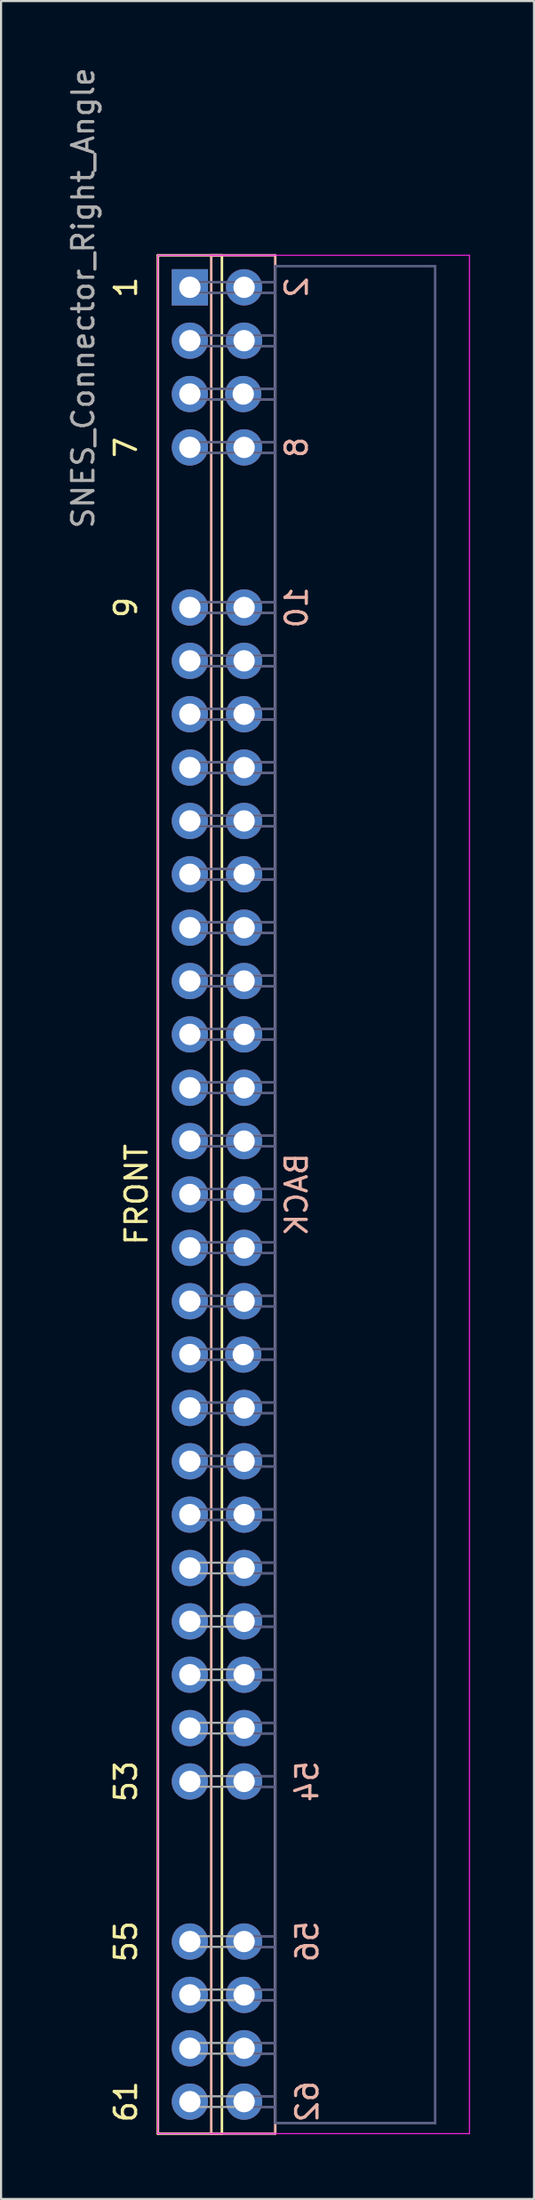
<source format=kicad_pcb>
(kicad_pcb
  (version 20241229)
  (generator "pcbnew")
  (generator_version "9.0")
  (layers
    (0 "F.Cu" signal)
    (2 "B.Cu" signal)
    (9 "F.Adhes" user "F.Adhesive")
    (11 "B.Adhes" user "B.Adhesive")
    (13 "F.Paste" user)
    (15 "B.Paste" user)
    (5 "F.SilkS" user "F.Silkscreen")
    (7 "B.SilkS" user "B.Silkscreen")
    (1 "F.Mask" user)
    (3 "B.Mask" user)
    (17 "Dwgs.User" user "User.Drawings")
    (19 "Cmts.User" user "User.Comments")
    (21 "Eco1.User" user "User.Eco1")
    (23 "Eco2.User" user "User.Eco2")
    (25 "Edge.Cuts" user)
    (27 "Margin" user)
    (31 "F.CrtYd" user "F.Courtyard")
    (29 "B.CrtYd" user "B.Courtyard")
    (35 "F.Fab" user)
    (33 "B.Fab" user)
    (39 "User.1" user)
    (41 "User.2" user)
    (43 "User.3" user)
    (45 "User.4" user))
  (footprint "SNES_Connector_Right_Angle"
    (layer "F.Cu")
    (at 5.848 15.411)
    (property "Reference" "SNES_Connector_Right_Angle" (at -5 -4.5 270) (layer "F.Fab") (effects (font (size 1 1) (thickness 0.15))))
    (attr through_hole)
    (fp_line (start -1.5 -6.5) (end 1.5 -6.5) (stroke (width 0.12) (type solid)) (layer "F.SilkS"))
    (fp_line (start -1.5 81.5) (end -1.5 -6.5) (stroke (width 0.12) (type solid)) (layer "F.SilkS"))
    (fp_line (start 1.5 -6.5) (end 1.5 81.5) (stroke (width 0.12) (type solid)) (layer "F.SilkS"))
    (fp_line (start 1.5 81.5) (end -1.5 81.5) (stroke (width 0.12) (type solid)) (layer "F.SilkS"))
    (fp_line (start 1 -6.5) (end 4 -6.5) (stroke (width 0.12) (type solid)) (layer "B.SilkS"))
    (fp_line (start 1 81.5) (end 1 -6.5) (stroke (width 0.12) (type solid)) (layer "B.SilkS"))
    (fp_line (start 4 -6.5) (end 4 81.5) (stroke (width 0.12) (type solid)) (layer "B.SilkS"))
    (fp_line (start 4 81.5) (end 1 81.5) (stroke (width 0.12) (type solid)) (layer "B.SilkS"))
    (fp_line (start -1.5 -6.5) (end -1.5 81.5) (stroke (width 0.05) (type solid)) (layer "F.CrtYd"))
    (fp_line (start -1.5 81.5) (end 13.1 81.5) (stroke (width 0.05) (type solid)) (layer "F.CrtYd"))
    (fp_line (start 13.1 -6.5) (end -1.5 -6.5) (stroke (width 0.05) (type solid)) (layer "F.CrtYd"))
    (fp_line (start 13.1 81.5) (end 13.1 -6.5) (stroke (width 0.05) (type solid)) (layer "F.CrtYd"))
    (fp_line (start -0.36 -5.25) (end 4 -5.25) (stroke (width 0.1) (type solid)) (layer "B.Fab"))
    (fp_line (start -0.36 -4.75) (end 4 -4.75) (stroke (width 0.1) (type solid)) (layer "B.Fab"))
    (fp_line (start -0.36 -2.75) (end 4 -2.75) (stroke (width 0.1) (type solid)) (layer "B.Fab"))
    (fp_line (start -0.36 -2.25) (end 4 -2.25) (stroke (width 0.1) (type solid)) (layer "B.Fab"))
    (fp_line (start -0.36 -0.25) (end 4 -0.25) (stroke (width 0.1) (type solid)) (layer "B.Fab"))
    (fp_line (start -0.36 0.25) (end 4 0.25) (stroke (width 0.1) (type solid)) (layer "B.Fab"))
    (fp_line (start -0.36 2.25) (end 4 2.25) (stroke (width 0.1) (type solid)) (layer "B.Fab"))
    (fp_line (start -0.36 2.75) (end 4 2.75) (stroke (width 0.1) (type solid)) (layer "B.Fab"))
    (fp_line (start -0.36 9.75) (end 4 9.75) (stroke (width 0.1) (type solid)) (layer "B.Fab"))
    (fp_line (start -0.36 10.25) (end 4 10.25) (stroke (width 0.1) (type solid)) (layer "B.Fab"))
    (fp_line (start -0.36 12.25) (end 4 12.25) (stroke (width 0.1) (type solid)) (layer "B.Fab"))
    (fp_line (start -0.36 12.75) (end 4 12.75) (stroke (width 0.1) (type solid)) (layer "B.Fab"))
    (fp_line (start -0.36 14.75) (end 4 14.75) (stroke (width 0.1) (type solid)) (layer "B.Fab"))
    (fp_line (start -0.36 15.25) (end 4 15.25) (stroke (width 0.1) (type solid)) (layer "B.Fab"))
    (fp_line (start -0.36 17.25) (end 4 17.25) (stroke (width 0.1) (type solid)) (layer "B.Fab"))
    (fp_line (start -0.36 17.75) (end 4 17.75) (stroke (width 0.1) (type solid)) (layer "B.Fab"))
    (fp_line (start -0.36 19.75) (end 4 19.75) (stroke (width 0.1) (type solid)) (layer "B.Fab"))
    (fp_line (start -0.36 20.25) (end 4 20.25) (stroke (width 0.1) (type solid)) (layer "B.Fab"))
    (fp_line (start -0.36 22.25) (end 4 22.25) (stroke (width 0.1) (type solid)) (layer "B.Fab"))
    (fp_line (start -0.36 22.75) (end 4 22.75) (stroke (width 0.1) (type solid)) (layer "B.Fab"))
    (fp_line (start -0.36 24.75) (end 4 24.75) (stroke (width 0.1) (type solid)) (layer "B.Fab"))
    (fp_line (start -0.36 25.25) (end 4 25.25) (stroke (width 0.1) (type solid)) (layer "B.Fab"))
    (fp_line (start -0.36 27.25) (end 4 27.25) (stroke (width 0.1) (type solid)) (layer "B.Fab"))
    (fp_line (start -0.36 27.75) (end 4 27.75) (stroke (width 0.1) (type solid)) (layer "B.Fab"))
    (fp_line (start -0.36 29.75) (end 4 29.75) (stroke (width 0.1) (type solid)) (layer "B.Fab"))
    (fp_line (start -0.36 30.25) (end 4 30.25) (stroke (width 0.1) (type solid)) (layer "B.Fab"))
    (fp_line (start -0.36 32.25) (end 4 32.25) (stroke (width 0.1) (type solid)) (layer "B.Fab"))
    (fp_line (start -0.36 32.75) (end 4 32.75) (stroke (width 0.1) (type solid)) (layer "B.Fab"))
    (fp_line (start -0.36 34.75) (end 4 34.75) (stroke (width 0.1) (type solid)) (layer "B.Fab"))
    (fp_line (start -0.36 35.25) (end 4 35.25) (stroke (width 0.1) (type solid)) (layer "B.Fab"))
    (fp_line (start -0.36 37.25) (end 4 37.25) (stroke (width 0.1) (type solid)) (layer "B.Fab"))
    (fp_line (start -0.36 37.75) (end 4 37.75) (stroke (width 0.1) (type solid)) (layer "B.Fab"))
    (fp_line (start -0.36 39.75) (end 4 39.75) (stroke (width 0.1) (type solid)) (layer "B.Fab"))
    (fp_line (start -0.36 40.25) (end 4 40.25) (stroke (width 0.1) (type solid)) (layer "B.Fab"))
    (fp_line (start -0.36 42.25) (end 4 42.25) (stroke (width 0.1) (type solid)) (layer "B.Fab"))
    (fp_line (start -0.36 42.75) (end 4 42.75) (stroke (width 0.1) (type solid)) (layer "B.Fab"))
    (fp_line (start -0.36 44.75) (end 4 44.75) (stroke (width 0.1) (type solid)) (layer "B.Fab"))
    (fp_line (start -0.36 45.25) (end 4 45.25) (stroke (width 0.1) (type solid)) (layer "B.Fab"))
    (fp_line (start -0.36 47.25) (end 4 47.25) (stroke (width 0.1) (type solid)) (layer "B.Fab"))
    (fp_line (start -0.36 47.75) (end 4 47.75) (stroke (width 0.1) (type solid)) (layer "B.Fab"))
    (fp_line (start -0.36 49.75) (end 4 49.75) (stroke (width 0.1) (type solid)) (layer "B.Fab"))
    (fp_line (start -0.36 50.25) (end 4 50.25) (stroke (width 0.1) (type solid)) (layer "B.Fab"))
    (fp_line (start -0.36 52.25) (end 4 52.25) (stroke (width 0.1) (type solid)) (layer "B.Fab"))
    (fp_line (start -0.36 52.75) (end 4 52.75) (stroke (width 0.1) (type solid)) (layer "B.Fab"))
    (fp_line (start 2.14 -4.75) (end 2.14 -5.25) (stroke (width 0.1) (type solid)) (layer "B.Fab"))
    (fp_line (start 2.14 -2.25) (end 2.14 -2.75) (stroke (width 0.1) (type solid)) (layer "B.Fab"))
    (fp_line (start 2.14 0.25) (end 2.14 -0.25) (stroke (width 0.1) (type solid)) (layer "B.Fab"))
    (fp_line (start 2.14 2.75) (end 2.14 2.25) (stroke (width 0.1) (type solid)) (layer "B.Fab"))
    (fp_line (start 2.14 10.25) (end 2.14 9.75) (stroke (width 0.1) (type solid)) (layer "B.Fab"))
    (fp_line (start 2.14 12.75) (end 2.14 12.25) (stroke (width 0.1) (type solid)) (layer "B.Fab"))
    (fp_line (start 2.14 15.25) (end 2.14 14.75) (stroke (width 0.1) (type solid)) (layer "B.Fab"))
    (fp_line (start 2.14 17.75) (end 2.14 17.25) (stroke (width 0.1) (type solid)) (layer "B.Fab"))
    (fp_line (start 2.14 20.25) (end 2.14 19.75) (stroke (width 0.1) (type solid)) (layer "B.Fab"))
    (fp_line (start 2.14 22.75) (end 2.14 22.25) (stroke (width 0.1) (type solid)) (layer "B.Fab"))
    (fp_line (start 2.14 25.25) (end 2.14 24.75) (stroke (width 0.1) (type solid)) (layer "B.Fab"))
    (fp_line (start 2.14 27.75) (end 2.14 27.25) (stroke (width 0.1) (type solid)) (layer "B.Fab"))
    (fp_line (start 2.14 30.25) (end 2.14 29.75) (stroke (width 0.1) (type solid)) (layer "B.Fab"))
    (fp_line (start 2.14 32.75) (end 2.14 32.25) (stroke (width 0.1) (type solid)) (layer "B.Fab"))
    (fp_line (start 2.14 35.25) (end 2.14 34.75) (stroke (width 0.1) (type solid)) (layer "B.Fab"))
    (fp_line (start 2.14 37.75) (end 2.14 37.25) (stroke (width 0.1) (type solid)) (layer "B.Fab"))
    (fp_line (start 2.14 40.25) (end 2.14 39.75) (stroke (width 0.1) (type solid)) (layer "B.Fab"))
    (fp_line (start 2.14 42.75) (end 2.14 42.25) (stroke (width 0.1) (type solid)) (layer "B.Fab"))
    (fp_line (start 2.14 45.25) (end 2.14 44.75) (stroke (width 0.1) (type solid)) (layer "B.Fab"))
    (fp_line (start 2.14 47.75) (end 2.14 47.25) (stroke (width 0.1) (type solid)) (layer "B.Fab"))
    (fp_line (start 2.14 50.25) (end 2.14 49.75) (stroke (width 0.1) (type solid)) (layer "B.Fab"))
    (fp_line (start 2.14 52.75) (end 2.14 52.25) (stroke (width 0.1) (type solid)) (layer "B.Fab"))
    (fp_line (start 2.14 54.75) (end 4 54.75) (stroke (width 0.1) (type solid)) (layer "B.Fab"))
    (fp_line (start 2.14 55.25) (end 2.14 54.75) (stroke (width 0.1) (type solid)) (layer "B.Fab"))
    (fp_line (start 2.14 55.25) (end 4 55.25) (stroke (width 0.1) (type solid)) (layer "B.Fab"))
    (fp_line (start 2.14 57.25) (end 4 57.25) (stroke (width 0.1) (type solid)) (layer "B.Fab"))
    (fp_line (start 2.14 57.75) (end 2.14 57.25) (stroke (width 0.1) (type solid)) (layer "B.Fab"))
    (fp_line (start 2.14 57.75) (end 4 57.75) (stroke (width 0.1) (type solid)) (layer "B.Fab"))
    (fp_line (start 2.14 59.75) (end 4 59.75) (stroke (width 0.1) (type solid)) (layer "B.Fab"))
    (fp_line (start 2.14 60.25) (end 2.14 59.75) (stroke (width 0.1) (type solid)) (layer "B.Fab"))
    (fp_line (start 2.14 60.25) (end 4 60.25) (stroke (width 0.1) (type solid)) (layer "B.Fab"))
    (fp_line (start 2.14 62.25) (end 4 62.25) (stroke (width 0.1) (type solid)) (layer "B.Fab"))
    (fp_line (start 2.14 62.75) (end 2.14 62.25) (stroke (width 0.1) (type solid)) (layer "B.Fab"))
    (fp_line (start 2.14 62.75) (end 4 62.75) (stroke (width 0.1) (type solid)) (layer "B.Fab"))
    (fp_line (start 2.14 64.75) (end 4 64.75) (stroke (width 0.1) (type solid)) (layer "B.Fab"))
    (fp_line (start 2.14 65.25) (end 2.14 64.75) (stroke (width 0.1) (type solid)) (layer "B.Fab"))
    (fp_line (start 2.14 65.25) (end 4 65.25) (stroke (width 0.1) (type solid)) (layer "B.Fab"))
    (fp_line (start 2.14 72.25) (end 4 72.25) (stroke (width 0.1) (type solid)) (layer "B.Fab"))
    (fp_line (start 2.14 72.75) (end 2.14 72.25) (stroke (width 0.1) (type solid)) (layer "B.Fab"))
    (fp_line (start 2.14 72.75) (end 4 72.75) (stroke (width 0.1) (type solid)) (layer "B.Fab"))
    (fp_line (start 2.14 74.75) (end 4 74.75) (stroke (width 0.1) (type solid)) (layer "B.Fab"))
    (fp_line (start 2.14 75.25) (end 2.14 74.75) (stroke (width 0.1) (type solid)) (layer "B.Fab"))
    (fp_line (start 2.14 75.25) (end 4 75.25) (stroke (width 0.1) (type solid)) (layer "B.Fab"))
    (fp_line (start 2.14 77.25) (end 4 77.25) (stroke (width 0.1) (type solid)) (layer "B.Fab"))
    (fp_line (start 2.14 77.75) (end 2.14 77.25) (stroke (width 0.1) (type solid)) (layer "B.Fab"))
    (fp_line (start 2.14 77.75) (end 4 77.75) (stroke (width 0.1) (type solid)) (layer "B.Fab"))
    (fp_line (start 2.14 79.75) (end 4 79.75) (stroke (width 0.1) (type solid)) (layer "B.Fab"))
    (fp_line (start 2.14 80.25) (end 2.14 79.75) (stroke (width 0.1) (type solid)) (layer "B.Fab"))
    (fp_line (start 2.14 80.25) (end 4 80.25) (stroke (width 0.1) (type solid)) (layer "B.Fab"))
    (fp_line (start 4 -6) (end 4 81) (stroke (width 0.1) (type solid)) (layer "B.Fab"))
    (fp_line (start 4 81) (end 11.5 81) (stroke (width 0.1) (type solid)) (layer "B.Fab"))
    (fp_line (start 11.5 -6) (end 4 -6) (stroke (width 0.1) (type solid)) (layer "B.Fab"))
    (fp_line (start 11.5 81) (end 11.5 -6) (stroke (width 0.1) (type solid)) (layer "B.Fab"))
    (fp_line (start -0.36 -5.25) (end -0.36 -4.75) (stroke (width 0.1) (type solid)) (layer "F.Fab"))
    (fp_line (start -0.36 -5.25) (end 4 -5.25) (stroke (width 0.1) (type solid)) (layer "F.Fab"))
    (fp_line (start -0.36 -4.75) (end 4 -4.75) (stroke (width 0.1) (type solid)) (layer "F.Fab"))
    (fp_line (start -0.36 -2.75) (end -0.36 -2.25) (stroke (width 0.1) (type solid)) (layer "F.Fab"))
    (fp_line (start -0.36 -2.75) (end 4 -2.75) (stroke (width 0.1) (type solid)) (layer "F.Fab"))
    (fp_line (start -0.36 -2.25) (end 4 -2.25) (stroke (width 0.1) (type solid)) (layer "F.Fab"))
    (fp_line (start -0.36 -0.25) (end -0.36 0.25) (stroke (width 0.1) (type solid)) (layer "F.Fab"))
    (fp_line (start -0.36 -0.25) (end 4 -0.25) (stroke (width 0.1) (type solid)) (layer "F.Fab"))
    (fp_line (start -0.36 0.25) (end 4 0.25) (stroke (width 0.1) (type solid)) (layer "F.Fab"))
    (fp_line (start -0.36 2.25) (end -0.36 2.75) (stroke (width 0.1) (type solid)) (layer "F.Fab"))
    (fp_line (start -0.36 2.25) (end 4 2.25) (stroke (width 0.1) (type solid)) (layer "F.Fab"))
    (fp_line (start -0.36 2.75) (end 4 2.75) (stroke (width 0.1) (type solid)) (layer "F.Fab"))
    (fp_line (start -0.36 9.75) (end -0.36 10.25) (stroke (width 0.1) (type solid)) (layer "F.Fab"))
    (fp_line (start -0.36 9.75) (end 4 9.75) (stroke (width 0.1) (type solid)) (layer "F.Fab"))
    (fp_line (start -0.36 10.25) (end 4 10.25) (stroke (width 0.1) (type solid)) (layer "F.Fab"))
    (fp_line (start -0.36 12.25) (end -0.36 12.75) (stroke (width 0.1) (type solid)) (layer "F.Fab"))
    (fp_line (start -0.36 12.25) (end 4 12.25) (stroke (width 0.1) (type solid)) (layer "F.Fab"))
    (fp_line (start -0.36 12.75) (end 4 12.75) (stroke (width 0.1) (type solid)) (layer "F.Fab"))
    (fp_line (start -0.36 14.75) (end -0.36 15.25) (stroke (width 0.1) (type solid)) (layer "F.Fab"))
    (fp_line (start -0.36 14.75) (end 4 14.75) (stroke (width 0.1) (type solid)) (layer "F.Fab"))
    (fp_line (start -0.36 15.25) (end 4 15.25) (stroke (width 0.1) (type solid)) (layer "F.Fab"))
    (fp_line (start -0.36 17.25) (end -0.36 17.75) (stroke (width 0.1) (type solid)) (layer "F.Fab"))
    (fp_line (start -0.36 17.25) (end 4 17.25) (stroke (width 0.1) (type solid)) (layer "F.Fab"))
    (fp_line (start -0.36 17.75) (end 4 17.75) (stroke (width 0.1) (type solid)) (layer "F.Fab"))
    (fp_line (start -0.36 19.75) (end -0.36 20.25) (stroke (width 0.1) (type solid)) (layer "F.Fab"))
    (fp_line (start -0.36 19.75) (end 4 19.75) (stroke (width 0.1) (type solid)) (layer "F.Fab"))
    (fp_line (start -0.36 20.25) (end 4 20.25) (stroke (width 0.1) (type solid)) (layer "F.Fab"))
    (fp_line (start -0.36 22.25) (end -0.36 22.75) (stroke (width 0.1) (type solid)) (layer "F.Fab"))
    (fp_line (start -0.36 22.25) (end 4 22.25) (stroke (width 0.1) (type solid)) (layer "F.Fab"))
    (fp_line (start -0.36 22.75) (end 4 22.75) (stroke (width 0.1) (type solid)) (layer "F.Fab"))
    (fp_line (start -0.36 24.75) (end -0.36 25.25) (stroke (width 0.1) (type solid)) (layer "F.Fab"))
    (fp_line (start -0.36 24.75) (end 4 24.75) (stroke (width 0.1) (type solid)) (layer "F.Fab"))
    (fp_line (start -0.36 25.25) (end 4 25.25) (stroke (width 0.1) (type solid)) (layer "F.Fab"))
    (fp_line (start -0.36 27.25) (end -0.36 27.75) (stroke (width 0.1) (type solid)) (layer "F.Fab"))
    (fp_line (start -0.36 27.25) (end 4 27.25) (stroke (width 0.1) (type solid)) (layer "F.Fab"))
    (fp_line (start -0.36 27.75) (end 4 27.75) (stroke (width 0.1) (type solid)) (layer "F.Fab"))
    (fp_line (start -0.36 29.75) (end -0.36 30.25) (stroke (width 0.1) (type solid)) (layer "F.Fab"))
    (fp_line (start -0.36 29.75) (end 4 29.75) (stroke (width 0.1) (type solid)) (layer "F.Fab"))
    (fp_line (start -0.36 30.25) (end 4 30.25) (stroke (width 0.1) (type solid)) (layer "F.Fab"))
    (fp_line (start -0.36 32.25) (end -0.36 32.75) (stroke (width 0.1) (type solid)) (layer "F.Fab"))
    (fp_line (start -0.36 32.25) (end 4 32.25) (stroke (width 0.1) (type solid)) (layer "F.Fab"))
    (fp_line (start -0.36 32.75) (end 4 32.75) (stroke (width 0.1) (type solid)) (layer "F.Fab"))
    (fp_line (start -0.36 34.75) (end -0.36 35.25) (stroke (width 0.1) (type solid)) (layer "F.Fab"))
    (fp_line (start -0.36 34.75) (end 4 34.75) (stroke (width 0.1) (type solid)) (layer "F.Fab"))
    (fp_line (start -0.36 35.25) (end 4 35.25) (stroke (width 0.1) (type solid)) (layer "F.Fab"))
    (fp_line (start -0.36 37.25) (end -0.36 37.75) (stroke (width 0.1) (type solid)) (layer "F.Fab"))
    (fp_line (start -0.36 37.25) (end 4 37.25) (stroke (width 0.1) (type solid)) (layer "F.Fab"))
    (fp_line (start -0.36 37.75) (end 4 37.75) (stroke (width 0.1) (type solid)) (layer "F.Fab"))
    (fp_line (start -0.36 39.75) (end -0.36 40.25) (stroke (width 0.1) (type solid)) (layer "F.Fab"))
    (fp_line (start -0.36 39.75) (end 4 39.75) (stroke (width 0.1) (type solid)) (layer "F.Fab"))
    (fp_line (start -0.36 40.25) (end 4 40.25) (stroke (width 0.1) (type solid)) (layer "F.Fab"))
    (fp_line (start -0.36 42.25) (end -0.36 42.75) (stroke (width 0.1) (type solid)) (layer "F.Fab"))
    (fp_line (start -0.36 42.25) (end 4 42.25) (stroke (width 0.1) (type solid)) (layer "F.Fab"))
    (fp_line (start -0.36 42.75) (end 4 42.75) (stroke (width 0.1) (type solid)) (layer "F.Fab"))
    (fp_line (start -0.36 44.75) (end -0.36 45.25) (stroke (width 0.1) (type solid)) (layer "F.Fab"))
    (fp_line (start -0.36 44.75) (end 4 44.75) (stroke (width 0.1) (type solid)) (layer "F.Fab"))
    (fp_line (start -0.36 45.25) (end 4 45.25) (stroke (width 0.1) (type solid)) (layer "F.Fab"))
    (fp_line (start -0.36 47.25) (end -0.36 47.75) (stroke (width 0.1) (type solid)) (layer "F.Fab"))
    (fp_line (start -0.36 47.25) (end 4 47.25) (stroke (width 0.1) (type solid)) (layer "F.Fab"))
    (fp_line (start -0.36 47.75) (end 4 47.75) (stroke (width 0.1) (type solid)) (layer "F.Fab"))
    (fp_line (start -0.36 49.75) (end -0.36 50.25) (stroke (width 0.1) (type solid)) (layer "F.Fab"))
    (fp_line (start -0.36 49.75) (end 4 49.75) (stroke (width 0.1) (type solid)) (layer "F.Fab"))
    (fp_line (start -0.36 50.25) (end 4 50.25) (stroke (width 0.1) (type solid)) (layer "F.Fab"))
    (fp_line (start -0.36 52.25) (end -0.36 52.75) (stroke (width 0.1) (type solid)) (layer "F.Fab"))
    (fp_line (start -0.36 52.25) (end 4 52.25) (stroke (width 0.1) (type solid)) (layer "F.Fab"))
    (fp_line (start -0.36 52.75) (end 4 52.75) (stroke (width 0.1) (type solid)) (layer "F.Fab"))
    (fp_line (start -0.36 54.75) (end -0.36 55.25) (stroke (width 0.1) (type solid)) (layer "F.Fab"))
    (fp_line (start -0.36 54.75) (end 4 54.75) (stroke (width 0.1) (type solid)) (layer "F.Fab"))
    (fp_line (start -0.36 55.25) (end 4 55.25) (stroke (width 0.1) (type solid)) (layer "F.Fab"))
    (fp_line (start -0.36 57.25) (end -0.36 57.75) (stroke (width 0.1) (type solid)) (layer "F.Fab"))
    (fp_line (start -0.36 57.25) (end 4 57.25) (stroke (width 0.1) (type solid)) (layer "F.Fab"))
    (fp_line (start -0.36 57.75) (end 4 57.75) (stroke (width 0.1) (type solid)) (layer "F.Fab"))
    (fp_line (start -0.36 59.75) (end -0.36 60.25) (stroke (width 0.1) (type solid)) (layer "F.Fab"))
    (fp_line (start -0.36 59.75) (end 4 59.75) (stroke (width 0.1) (type solid)) (layer "F.Fab"))
    (fp_line (start -0.36 60.25) (end 4 60.25) (stroke (width 0.1) (type solid)) (layer "F.Fab"))
    (fp_line (start -0.36 62.25) (end -0.36 62.75) (stroke (width 0.1) (type solid)) (layer "F.Fab"))
    (fp_line (start -0.36 62.25) (end 4 62.25) (stroke (width 0.1) (type solid)) (layer "F.Fab"))
    (fp_line (start -0.36 62.75) (end 4 62.75) (stroke (width 0.1) (type solid)) (layer "F.Fab"))
    (fp_line (start -0.36 64.75) (end -0.36 65.25) (stroke (width 0.1) (type solid)) (layer "F.Fab"))
    (fp_line (start -0.36 64.75) (end 4 64.75) (stroke (width 0.1) (type solid)) (layer "F.Fab"))
    (fp_line (start -0.36 65.25) (end 4 65.25) (stroke (width 0.1) (type solid)) (layer "F.Fab"))
    (fp_line (start -0.36 72.25) (end -0.36 72.75) (stroke (width 0.1) (type solid)) (layer "F.Fab"))
    (fp_line (start -0.36 72.25) (end 4 72.25) (stroke (width 0.1) (type solid)) (layer "F.Fab"))
    (fp_line (start -0.36 72.75) (end 4 72.75) (stroke (width 0.1) (type solid)) (layer "F.Fab"))
    (fp_line (start -0.36 74.75) (end -0.36 75.25) (stroke (width 0.1) (type solid)) (layer "F.Fab"))
    (fp_line (start -0.36 74.75) (end 4 74.75) (stroke (width 0.1) (type solid)) (layer "F.Fab"))
    (fp_line (start -0.36 75.25) (end 4 75.25) (stroke (width 0.1) (type solid)) (layer "F.Fab"))
    (fp_line (start -0.36 77.25) (end -0.36 77.75) (stroke (width 0.1) (type solid)) (layer "F.Fab"))
    (fp_line (start -0.36 77.25) (end 4 77.25) (stroke (width 0.1) (type solid)) (layer "F.Fab"))
    (fp_line (start -0.36 77.75) (end 4 77.75) (stroke (width 0.1) (type solid)) (layer "F.Fab"))
    (fp_line (start -0.36 79.75) (end -0.36 80.25) (stroke (width 0.1) (type solid)) (layer "F.Fab"))
    (fp_line (start -0.36 79.75) (end 4 79.75) (stroke (width 0.1) (type solid)) (layer "F.Fab"))
    (fp_line (start -0.36 80.25) (end 4 80.25) (stroke (width 0.1) (type solid)) (layer "F.Fab"))
    (fp_line (start 4 -6) (end 11.5 -6) (stroke (width 0.1) (type solid)) (layer "F.Fab"))
    (fp_line (start 4 81) (end 4 -6) (stroke (width 0.1) (type solid)) (layer "F.Fab"))
    (fp_line (start 11.5 -6) (end 11.5 81) (stroke (width 0.1) (type solid)) (layer "F.Fab"))
    (fp_line (start 11.5 81) (end 4 81) (stroke (width 0.1) (type solid)) (layer "F.Fab"))
    (fp_text user "9" (at -3 10 270) (layer "F.SilkS") (effects (font (size 1 1) (thickness 0.15))))
    (fp_text user "61" (at -3 80 270) (layer "F.SilkS") (effects (font (size 1 1) (thickness 0.15))))
    (fp_text user "FRONT" (at -2.5 37.5 270) (layer "F.SilkS") (effects (font (size 1 1) (thickness 0.15))))
    (fp_text user "53" (at -3 65 270) (layer "F.SilkS") (effects (font (size 1 1) (thickness 0.15))))
    (fp_text user "55" (at -3 72.5 270) (layer "F.SilkS") (effects (font (size 1 1) (thickness 0.15))))
    (fp_text user "1" (at -3 -5 270) (layer "F.SilkS") (effects (font (size 1 1) (thickness 0.15))))
    (fp_text user "7" (at -3 2.5 270) (layer "F.SilkS") (effects (font (size 1 1) (thickness 0.15))))
    (fp_text user "2" (at 5 -5 270) (layer "B.SilkS") (effects (font (size 1 1) (thickness 0.15)) (justify mirror)))
    (fp_text user "62" (at 5.5 80 270) (layer "B.SilkS") (effects (font (size 1 1) (thickness 0.15)) (justify mirror)))
    (fp_text user "10" (at 5 10 270) (layer "B.SilkS") (effects (font (size 1 1) (thickness 0.15)) (justify mirror)))
    (fp_text user "56" (at 5.5 72.5 270) (layer "B.SilkS") (effects (font (size 1 1) (thickness 0.15)) (justify mirror)))
    (fp_text user "54" (at 5.5 65 270) (layer "B.SilkS") (effects (font (size 1 1) (thickness 0.15)) (justify mirror)))
    (fp_text user "BACK" (at 5 37.5 270) (layer "B.SilkS") (effects (font (size 1 1) (thickness 0.15)) (justify mirror)))
    (fp_text user "8" (at 5 2.5 270) (layer "B.SilkS") (effects (font (size 1 1) (thickness 0.15))))
    (pad "1" thru_hole rect (at 0 -5) (size 1.7 1.7) (drill 1) (layers "*.Cu" "*.Mask"))
    (pad "2" thru_hole oval (at 2.54 -5) (size 1.7 1.7) (drill 1) (layers "*.Cu" "*.Mask"))
    (pad "3" thru_hole oval (at 0 -2.5) (size 1.7 1.7) (drill 1) (layers "*.Cu" "*.Mask"))
    (pad "4" thru_hole oval (at 2.54 -2.5) (size 1.7 1.7) (drill 1) (layers "*.Cu" "*.Mask"))
    (pad "5" thru_hole oval (at 0 0) (size 1.7 1.7) (drill 1) (layers "*.Cu" "*.Mask"))
    (pad "6" thru_hole oval (at 2.5 0) (size 1.7 1.7) (drill 1) (layers "*.Cu" "*.Mask"))
    (pad "7" thru_hole oval (at 0 2.5) (size 1.7 1.7) (drill 1) (layers "*.Cu" "*.Mask"))
    (pad "8" thru_hole oval (at 2.54 2.5) (size 1.7 1.7) (drill 1) (layers "*.Cu" "*.Mask"))
    (pad "9" thru_hole oval (at 0 10) (size 1.7 1.7) (drill 1) (layers "*.Cu" "*.Mask"))
    (pad "10" thru_hole oval (at 2.54 10) (size 1.7 1.7) (drill 1) (layers "*.Cu" "*.Mask"))
    (pad "11" thru_hole oval (at 0 12.5) (size 1.7 1.7) (drill 1) (layers "*.Cu" "*.Mask"))
    (pad "12" thru_hole oval (at 2.54 12.5) (size 1.7 1.7) (drill 1) (layers "*.Cu" "*.Mask"))
    (pad "13" thru_hole oval (at 0 15) (size 1.7 1.7) (drill 1) (layers "*.Cu" "*.Mask"))
    (pad "14" thru_hole oval (at 2.54 15) (size 1.7 1.7) (drill 1) (layers "*.Cu" "*.Mask"))
    (pad "15" thru_hole oval (at 0 17.5) (size 1.7 1.7) (drill 1) (layers "*.Cu" "*.Mask"))
    (pad "16" thru_hole oval (at 2.54 17.5) (size 1.7 1.7) (drill 1) (layers "*.Cu" "*.Mask"))
    (pad "17" thru_hole oval (at 0 20) (size 1.7 1.7) (drill 1) (layers "*.Cu" "*.Mask"))
    (pad "18" thru_hole oval (at 2.54 20) (size 1.7 1.7) (drill 1) (layers "*.Cu" "*.Mask"))
    (pad "19" thru_hole oval (at 0 22.5) (size 1.7 1.7) (drill 1) (layers "*.Cu" "*.Mask"))
    (pad "20" thru_hole oval (at 2.54 22.5) (size 1.7 1.7) (drill 1) (layers "*.Cu" "*.Mask"))
    (pad "21" thru_hole oval (at 0 25) (size 1.7 1.7) (drill 1) (layers "*.Cu" "*.Mask"))
    (pad "22" thru_hole oval (at 2.54 25) (size 1.7 1.7) (drill 1) (layers "*.Cu" "*.Mask"))
    (pad "23" thru_hole oval (at 0 27.5) (size 1.7 1.7) (drill 1) (layers "*.Cu" "*.Mask"))
    (pad "24" thru_hole oval (at 2.54 27.5) (size 1.7 1.7) (drill 1) (layers "*.Cu" "*.Mask"))
    (pad "25" thru_hole oval (at 0 30) (size 1.7 1.7) (drill 1) (layers "*.Cu" "*.Mask"))
    (pad "26" thru_hole oval (at 2.54 30) (size 1.7 1.7) (drill 1) (layers "*.Cu" "*.Mask"))
    (pad "27" thru_hole oval (at 0 32.5) (size 1.7 1.7) (drill 1) (layers "*.Cu" "*.Mask"))
    (pad "28" thru_hole oval (at 2.54 32.5) (size 1.7 1.7) (drill 1) (layers "*.Cu" "*.Mask"))
    (pad "29" thru_hole oval (at 0 35) (size 1.7 1.7) (drill 1) (layers "*.Cu" "*.Mask"))
    (pad "30" thru_hole oval (at 2.54 35) (size 1.7 1.7) (drill 1) (layers "*.Cu" "*.Mask"))
    (pad "31" thru_hole oval (at 0 37.5) (size 1.7 1.7) (drill 1) (layers "*.Cu" "*.Mask"))
    (pad "32" thru_hole oval (at 2.54 37.5) (size 1.7 1.7) (drill 1) (layers "*.Cu" "*.Mask"))
    (pad "33" thru_hole oval (at 0 40) (size 1.7 1.7) (drill 1) (layers "*.Cu" "*.Mask"))
    (pad "34" thru_hole oval (at 2.54 40) (size 1.7 1.7) (drill 1) (layers "*.Cu" "*.Mask"))
    (pad "35" thru_hole oval (at 0 42.5) (size 1.7 1.7) (drill 1) (layers "*.Cu" "*.Mask"))
    (pad "36" thru_hole oval (at 2.54 42.5) (size 1.7 1.7) (drill 1) (layers "*.Cu" "*.Mask"))
    (pad "37" thru_hole oval (at 0 45) (size 1.7 1.7) (drill 1) (layers "*.Cu" "*.Mask"))
    (pad "38" thru_hole oval (at 2.5 45) (size 1.7 1.7) (drill 1) (layers "*.Cu" "*.Mask"))
    (pad "39" thru_hole oval (at 0 47.5) (size 1.7 1.7) (drill 1) (layers "*.Cu" "*.Mask"))
    (pad "40" thru_hole oval (at 2.54 47.5) (size 1.7 1.7) (drill 1) (layers "*.Cu" "*.Mask"))
    (pad "41" thru_hole oval (at 0 50) (size 1.7 1.7) (drill 1) (layers "*.Cu" "*.Mask"))
    (pad "42" thru_hole oval (at 2.54 50) (size 1.7 1.7) (drill 1) (layers "*.Cu" "*.Mask"))
    (pad "43" thru_hole oval (at 0 52.5) (size 1.7 1.7) (drill 1) (layers "*.Cu" "*.Mask"))
    (pad "44" thru_hole oval (at 2.54 52.5) (size 1.7 1.7) (drill 1) (layers "*.Cu" "*.Mask"))
    (pad "45" thru_hole oval (at 0 55) (size 1.7 1.7) (drill 1) (layers "*.Cu" "*.Mask"))
    (pad "46" thru_hole oval (at 2.54 55) (size 1.7 1.7) (drill 1) (layers "*.Cu" "*.Mask"))
    (pad "47" thru_hole oval (at 0 57.5) (size 1.7 1.7) (drill 1) (layers "*.Cu" "*.Mask"))
    (pad "48" thru_hole oval (at 2.54 57.5) (size 1.7 1.7) (drill 1) (layers "*.Cu" "*.Mask"))
    (pad "49" thru_hole oval (at 0 60) (size 1.7 1.7) (drill 1) (layers "*.Cu" "*.Mask"))
    (pad "50" thru_hole oval (at 2.54 60) (size 1.7 1.7) (drill 1) (layers "*.Cu" "*.Mask"))
    (pad "51" thru_hole oval (at 0 62.5) (size 1.7 1.7) (drill 1) (layers "*.Cu" "*.Mask"))
    (pad "52" thru_hole oval (at 2.54 62.5) (size 1.7 1.7) (drill 1) (layers "*.Cu" "*.Mask"))
    (pad "53" thru_hole oval (at 0 65) (size 1.7 1.7) (drill 1) (layers "*.Cu" "*.Mask"))
    (pad "54" thru_hole oval (at 2.54 65) (size 1.7 1.7) (drill 1) (layers "*.Cu" "*.Mask"))
    (pad "55" thru_hole oval (at 0 72.5) (size 1.7 1.7) (drill 1) (layers "*.Cu" "*.Mask"))
    (pad "56" thru_hole oval (at 2.54 72.5) (size 1.7 1.7) (drill 1) (layers "*.Cu" "*.Mask"))
    (pad "57" thru_hole oval (at 0 75) (size 1.7 1.7) (drill 1) (layers "*.Cu" "*.Mask"))
    (pad "58" thru_hole oval (at 2.54 75) (size 1.7 1.7) (drill 1) (layers "*.Cu" "*.Mask"))
    (pad "59" thru_hole oval (at 0 77.5) (size 1.7 1.7) (drill 1) (layers "*.Cu" "*.Mask"))
    (pad "60" thru_hole oval (at 2.54 77.5) (size 1.7 1.7) (drill 1) (layers "*.Cu" "*.Mask"))
    (pad "61" thru_hole oval (at 0 80) (size 1.7 1.7) (drill 1) (layers "*.Cu" "*.Mask"))
    (pad "62" thru_hole oval (at 2.54 80) (size 1.7 1.7) (drill 1) (layers "*.Cu" "*.Mask")))
  (gr_rect
    (start -3 -3)
    (end 21.973 99.971)
    (stroke (width 0.1) (type default))
    (fill no)
    (layer "Edge.Cuts")))
</source>
